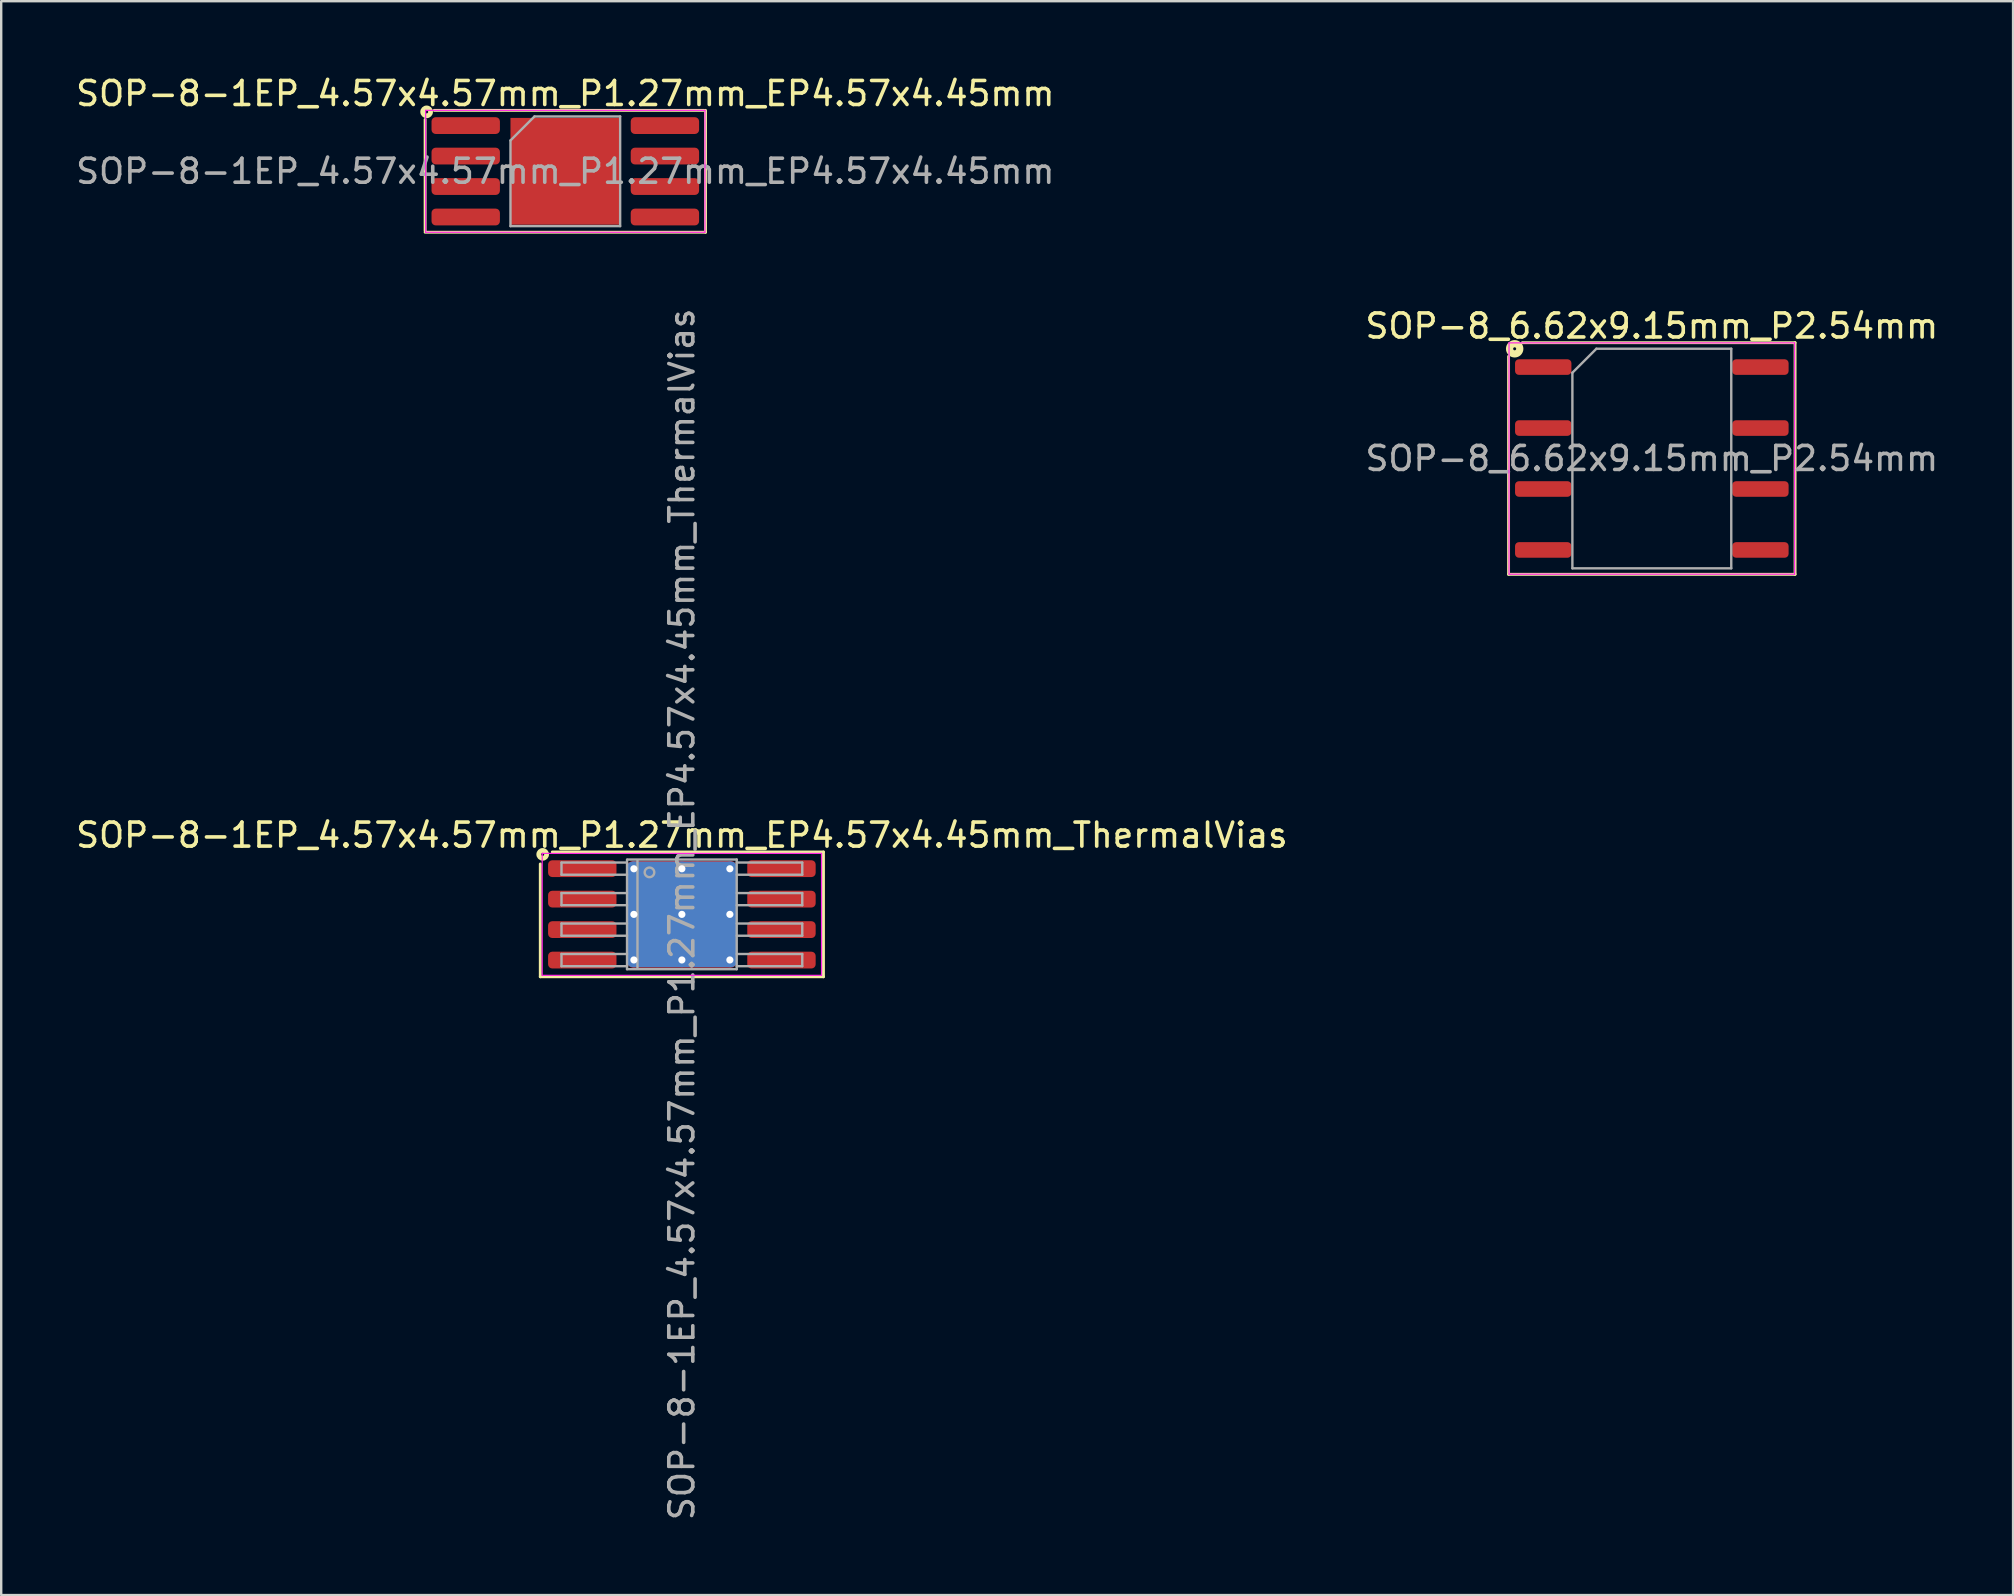
<source format=kicad_pcb>
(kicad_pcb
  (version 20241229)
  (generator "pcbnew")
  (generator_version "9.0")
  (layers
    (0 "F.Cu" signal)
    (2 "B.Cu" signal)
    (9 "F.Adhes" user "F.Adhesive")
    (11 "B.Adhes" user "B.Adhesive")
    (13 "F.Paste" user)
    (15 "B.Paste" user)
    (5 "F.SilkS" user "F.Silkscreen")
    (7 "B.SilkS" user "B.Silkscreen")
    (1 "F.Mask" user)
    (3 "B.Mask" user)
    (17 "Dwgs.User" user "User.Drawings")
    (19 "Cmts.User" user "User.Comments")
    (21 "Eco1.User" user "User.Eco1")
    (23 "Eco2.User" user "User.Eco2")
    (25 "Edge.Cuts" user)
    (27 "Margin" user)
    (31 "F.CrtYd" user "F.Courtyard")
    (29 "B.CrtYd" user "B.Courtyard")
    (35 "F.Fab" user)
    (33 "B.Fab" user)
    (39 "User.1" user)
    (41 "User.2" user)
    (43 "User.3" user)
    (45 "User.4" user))
  (footprint "SOP-8-1EP_4.57x4.57mm_P1.27mm_EP4.57x4.45mm_ThermalVias"
    (layer "F.Cu")
    (at 25.363 35.051)
    (property "Reference" "SOP-8-1EP_4.57x4.57mm_P1.27mm_EP4.57x4.45mm_ThermalVias" (at 0 -3.3 0) (layer "F.SilkS") (effects (font (size 1 1) (thickness 0.15))))
    (attr smd)
    (fp_line (start -5.9 -2.1) (end -5.9 2.6) (stroke (width 0.12) (type solid)) (layer "F.SilkS"))
    (fp_line (start -5.9 2.6) (end 5.9 2.6) (stroke (width 0.12) (type solid)) (layer "F.SilkS"))
    (fp_line (start 5.9 -2.6) (end -5.4 -2.6) (stroke (width 0.12) (type solid)) (layer "F.SilkS"))
    (fp_line (start 5.9 2.6) (end 5.9 -2.6) (stroke (width 0.12) (type solid)) (layer "F.SilkS"))
    (fp_circle (center -5.8 -2.5) (end -5.737 -2.5) (stroke (width 0.2) (type solid)) (fill no) (layer "F.SilkS"))
    (fp_line (start -5.82 -2.54) (end -5.82 2.54) (stroke (width 0.05) (type solid)) (layer "F.CrtYd"))
    (fp_line (start -5.82 2.54) (end 5.82 2.54) (stroke (width 0.05) (type solid)) (layer "F.CrtYd"))
    (fp_line (start 5.82 -2.54) (end -5.82 -2.54) (stroke (width 0.05) (type solid)) (layer "F.CrtYd"))
    (fp_line (start 5.82 2.54) (end 5.82 -2.54) (stroke (width 0.05) (type solid)) (layer "F.CrtYd"))
    (fp_line (start -5.016 -2.159) (end -5.016 -1.651) (stroke (width 0.1) (type solid)) (layer "F.Fab"))
    (fp_line (start -5.016 -2.159) (end -2.286 -2.159) (stroke (width 0.1) (type solid)) (layer "F.Fab"))
    (fp_line (start -5.016 -1.651) (end -2.286 -1.651) (stroke (width 0.1) (type solid)) (layer "F.Fab"))
    (fp_line (start -5.016 -0.889) (end -5.016 -0.381) (stroke (width 0.1) (type solid)) (layer "F.Fab"))
    (fp_line (start -5.016 -0.889) (end -2.286 -0.889) (stroke (width 0.1) (type solid)) (layer "F.Fab"))
    (fp_line (start -5.016 -0.381) (end -2.286 -0.381) (stroke (width 0.1) (type solid)) (layer "F.Fab"))
    (fp_line (start -5.016 0.381) (end -5.016 0.889) (stroke (width 0.1) (type solid)) (layer "F.Fab"))
    (fp_line (start -5.016 0.381) (end -2.286 0.381) (stroke (width 0.1) (type solid)) (layer "F.Fab"))
    (fp_line (start -5.016 0.889) (end -2.286 0.889) (stroke (width 0.1) (type solid)) (layer "F.Fab"))
    (fp_line (start -5.016 1.651) (end -5.016 2.159) (stroke (width 0.1) (type solid)) (layer "F.Fab"))
    (fp_line (start -5.016 1.651) (end -2.286 1.651) (stroke (width 0.1) (type solid)) (layer "F.Fab"))
    (fp_line (start -5.016 2.159) (end -2.286 2.159) (stroke (width 0.1) (type solid)) (layer "F.Fab"))
    (fp_line (start -2.285 2.285) (end -2.285 -2.28) (stroke (width 0.1) (type solid)) (layer "F.Fab"))
    (fp_line (start -2.27 -2.285) (end 2.285 -2.285) (stroke (width 0.1) (type solid)) (layer "F.Fab"))
    (fp_line (start -1.85 -2.25) (end -1.85 2.25) (stroke (width 0.1) (type solid)) (layer "F.Fab"))
    (fp_line (start 2.285 -2.285) (end 2.285 2.285) (stroke (width 0.1) (type solid)) (layer "F.Fab"))
    (fp_line (start 2.285 2.285) (end -2.285 2.285) (stroke (width 0.1) (type solid)) (layer "F.Fab"))
    (fp_line (start 5.016 -2.159) (end 2.286 -2.159) (stroke (width 0.1) (type solid)) (layer "F.Fab"))
    (fp_line (start 5.016 -1.651) (end 2.286 -1.651) (stroke (width 0.1) (type solid)) (layer "F.Fab"))
    (fp_line (start 5.016 -1.651) (end 5.016 -2.159) (stroke (width 0.1) (type solid)) (layer "F.Fab"))
    (fp_line (start 5.016 -0.889) (end 2.286 -0.889) (stroke (width 0.1) (type solid)) (layer "F.Fab"))
    (fp_line (start 5.016 -0.381) (end 2.286 -0.381) (stroke (width 0.1) (type solid)) (layer "F.Fab"))
    (fp_line (start 5.016 -0.381) (end 5.016 -0.889) (stroke (width 0.1) (type solid)) (layer "F.Fab"))
    (fp_line (start 5.016 0.381) (end 2.286 0.381) (stroke (width 0.1) (type solid)) (layer "F.Fab"))
    (fp_line (start 5.016 0.889) (end 2.286 0.889) (stroke (width 0.1) (type solid)) (layer "F.Fab"))
    (fp_line (start 5.016 0.889) (end 5.016 0.381) (stroke (width 0.1) (type solid)) (layer "F.Fab"))
    (fp_line (start 5.016 1.651) (end 2.286 1.651) (stroke (width 0.1) (type solid)) (layer "F.Fab"))
    (fp_line (start 5.016 2.159) (end 2.286 2.159) (stroke (width 0.1) (type solid)) (layer "F.Fab"))
    (fp_line (start 5.016 2.159) (end 5.016 1.651) (stroke (width 0.1) (type solid)) (layer "F.Fab"))
    (fp_circle (center -1.35 -1.75) (end -1.15 -1.75) (stroke (width 0.1) (type solid)) (fill no) (layer "F.Fab"))
    (fp_text user "${REFERENCE}" (at 0 0 90) (layer "F.Fab") (effects (font (size 1 1) (thickness 0.15))))
    (pad "" smd roundrect (at -1.14 -1.11) (size 1.91 1.86) (layers "F.Paste") (roundrect_rratio 0.134))
    (pad "" smd roundrect (at -1.14 1.11) (size 1.91 1.86) (layers "F.Paste") (roundrect_rratio 0.134))
    (pad "" smd roundrect (at 1.14 -1.11) (size 1.91 1.86) (layers "F.Paste") (roundrect_rratio 0.134))
    (pad "" smd roundrect (at 1.14 1.11) (size 1.91 1.86) (layers "F.Paste") (roundrect_rratio 0.134))
    (pad "1" smd roundrect (at -4.15 -1.905) (size 2.85 0.7) (layers "F.Cu" "F.Mask" "F.Paste") (roundrect_rratio 0.25))
    (pad "2" smd roundrect (at -4.15 -0.635) (size 2.85 0.7) (layers "F.Cu" "F.Mask" "F.Paste") (roundrect_rratio 0.25))
    (pad "3" smd roundrect (at -4.15 0.635) (size 2.85 0.7) (layers "F.Cu" "F.Mask" "F.Paste") (roundrect_rratio 0.25))
    (pad "4" smd roundrect (at -4.15 1.905) (size 2.85 0.7) (layers "F.Cu" "F.Mask" "F.Paste") (roundrect_rratio 0.25))
    (pad "5" smd roundrect (at 4.15 1.905) (size 2.85 0.7) (layers "F.Cu" "F.Mask" "F.Paste") (roundrect_rratio 0.25))
    (pad "6" smd roundrect (at 4.15 0.635) (size 2.85 0.7) (layers "F.Cu" "F.Mask" "F.Paste") (roundrect_rratio 0.25))
    (pad "7" smd roundrect (at 4.15 -0.635) (size 2.85 0.7) (layers "F.Cu" "F.Mask" "F.Paste") (roundrect_rratio 0.25))
    (pad "8" smd roundrect (at 4.15 -1.905) (size 2.85 0.7) (layers "F.Cu" "F.Mask" "F.Paste") (roundrect_rratio 0.25))
    (pad "9" thru_hole circle (at -2 -1.9) (size 0.6 0.6) (drill 0.3) (property pad_prop_heatsink) (layers "*.Cu"))
    (pad "9" thru_hole circle (at -2 0) (size 0.6 0.6) (drill 0.3) (property pad_prop_heatsink) (layers "*.Cu"))
    (pad "9" thru_hole circle (at -2 1.9) (size 0.6 0.6) (drill 0.3) (property pad_prop_heatsink) (layers "*.Cu"))
    (pad "9" thru_hole circle (at 0 -1.9) (size 0.6 0.6) (drill 0.3) (property pad_prop_heatsink) (layers "*.Cu"))
    (pad "9" thru_hole circle (at 0 0) (size 0.6 0.6) (drill 0.3) (property pad_prop_heatsink) (layers "*.Cu"))
    (pad "9" smd roundrect (at 0 0) (size 4.57 4.45) (layers "F.Cu" "F.Mask") (roundrect_rratio 0.056))
    (pad "9" smd roundrect (at 0 0) (size 4.6 4.4) (layers "B.Cu" "B.Mask") (roundrect_rratio 0.057))
    (pad "9" thru_hole circle (at 0 1.9) (size 0.6 0.6) (drill 0.3) (property pad_prop_heatsink) (layers "*.Cu"))
    (pad "9" thru_hole circle (at 2 -1.9) (size 0.6 0.6) (drill 0.3) (property pad_prop_heatsink) (layers "*.Cu"))
    (pad "9" thru_hole circle (at 2 0) (size 0.6 0.6) (drill 0.3) (property pad_prop_heatsink) (layers "*.Cu"))
    (pad "9" thru_hole circle (at 2 1.9) (size 0.6 0.6) (drill 0.3) (property pad_prop_heatsink) (layers "*.Cu")))
  (footprint "SOP-8_6.62x9.15mm_P2.54mm"
    (layer "F.Cu")
    (at 65.78 16.056)
    (property "Reference" "SOP-8_6.62x9.15mm_P2.54mm" (at 0 -5.52 0) (layer "F.SilkS") (effects (font (size 1 1) (thickness 0.15))))
    (attr smd)
    (fp_line (start -5.969 -4.255) (end -5.969 4.826) (stroke (width 0.12) (type solid)) (layer "F.SilkS"))
    (fp_line (start -5.969 4.826) (end 5.969 4.826) (stroke (width 0.12) (type solid)) (layer "F.SilkS"))
    (fp_line (start 5.969 -4.826) (end -5.397 -4.826) (stroke (width 0.12) (type solid)) (layer "F.SilkS"))
    (fp_line (start 5.969 4.826) (end 5.969 -4.826) (stroke (width 0.12) (type solid)) (layer "F.SilkS"))
    (fp_circle (center -5.715 -4.572) (end -5.652 -4.572) (stroke (width 0.3) (type solid)) (fill no) (layer "F.SilkS"))
    (fp_line (start -5.95 -4.82) (end -5.95 4.82) (stroke (width 0.05) (type solid)) (layer "F.CrtYd"))
    (fp_line (start -5.95 4.82) (end 5.95 4.82) (stroke (width 0.05) (type solid)) (layer "F.CrtYd"))
    (fp_line (start 5.95 -4.82) (end -5.95 -4.82) (stroke (width 0.05) (type solid)) (layer "F.CrtYd"))
    (fp_line (start 5.95 4.82) (end 5.95 -4.82) (stroke (width 0.05) (type solid)) (layer "F.CrtYd"))
    (fp_line (start -3.31 -3.575) (end -2.31 -4.575) (stroke (width 0.1) (type solid)) (layer "F.Fab"))
    (fp_line (start -3.31 4.575) (end -3.31 -3.575) (stroke (width 0.1) (type solid)) (layer "F.Fab"))
    (fp_line (start -2.31 -4.575) (end 3.31 -4.575) (stroke (width 0.1) (type solid)) (layer "F.Fab"))
    (fp_line (start 3.31 -4.575) (end 3.31 4.575) (stroke (width 0.1) (type solid)) (layer "F.Fab"))
    (fp_line (start 3.31 4.575) (end -3.31 4.575) (stroke (width 0.1) (type solid)) (layer "F.Fab"))
    (fp_text user "${REFERENCE}" (at 0 0 0) (layer "F.Fab") (effects (font (size 1 1) (thickness 0.15))))
    (pad "1" smd roundrect (at -4.525 -3.81) (size 2.35 0.65) (layers "F.Cu" "F.Mask" "F.Paste") (roundrect_rratio 0.25))
    (pad "2" smd roundrect (at -4.525 -1.27) (size 2.35 0.65) (layers "F.Cu" "F.Mask" "F.Paste") (roundrect_rratio 0.25))
    (pad "3" smd roundrect (at -4.525 1.27) (size 2.35 0.65) (layers "F.Cu" "F.Mask" "F.Paste") (roundrect_rratio 0.25))
    (pad "4" smd roundrect (at -4.525 3.81) (size 2.35 0.65) (layers "F.Cu" "F.Mask" "F.Paste") (roundrect_rratio 0.25))
    (pad "5" smd roundrect (at 4.525 3.81) (size 2.35 0.65) (layers "F.Cu" "F.Mask" "F.Paste") (roundrect_rratio 0.25))
    (pad "6" smd roundrect (at 4.525 1.27) (size 2.35 0.65) (layers "F.Cu" "F.Mask" "F.Paste") (roundrect_rratio 0.25))
    (pad "7" smd roundrect (at 4.525 -1.27) (size 2.35 0.65) (layers "F.Cu" "F.Mask" "F.Paste") (roundrect_rratio 0.25))
    (pad "8" smd roundrect (at 4.525 -3.81) (size 2.35 0.65) (layers "F.Cu" "F.Mask" "F.Paste") (roundrect_rratio 0.25)))
  (footprint "SOP-8-1EP_4.57x4.57mm_P1.27mm_EP4.57x4.45mm"
    (layer "F.Cu")
    (at 20.506 4.088)
    (property "Reference" "SOP-8-1EP_4.57x4.57mm_P1.27mm_EP4.57x4.45mm" (at 0 -3.24 0) (layer "F.SilkS") (effects (font (size 1 1) (thickness 0.15))))
    (attr smd)
    (fp_line (start -5.842 -2.159) (end -5.842 2.477) (stroke (width 0.12) (type solid)) (layer "F.SilkS"))
    (fp_line (start -5.842 2.54) (end 5.842 2.54) (stroke (width 0.12) (type solid)) (layer "F.SilkS"))
    (fp_line (start 5.779 -2.54) (end -5.461 -2.54) (stroke (width 0.12) (type solid)) (layer "F.SilkS"))
    (fp_line (start 5.842 2.54) (end 5.842 -2.54) (stroke (width 0.12) (type solid)) (layer "F.SilkS"))
    (fp_circle (center -5.779 -2.477) (end -5.715 -2.477) (stroke (width 0.2) (type solid)) (fill no) (layer "F.SilkS"))
    (fp_line (start -5.82 -2.54) (end -5.82 2.54) (stroke (width 0.05) (type solid)) (layer "F.CrtYd"))
    (fp_line (start -5.82 2.54) (end 5.82 2.54) (stroke (width 0.05) (type solid)) (layer "F.CrtYd"))
    (fp_line (start 5.82 -2.54) (end -5.82 -2.54) (stroke (width 0.05) (type solid)) (layer "F.CrtYd"))
    (fp_line (start 5.82 2.54) (end 5.82 -2.54) (stroke (width 0.05) (type solid)) (layer "F.CrtYd"))
    (fp_line (start -2.285 -1.285) (end -1.285 -2.285) (stroke (width 0.1) (type solid)) (layer "F.Fab"))
    (fp_line (start -2.285 2.285) (end -2.285 -1.285) (stroke (width 0.1) (type solid)) (layer "F.Fab"))
    (fp_line (start -1.285 -2.285) (end 2.285 -2.285) (stroke (width 0.1) (type solid)) (layer "F.Fab"))
    (fp_line (start 2.285 -2.285) (end 2.285 2.285) (stroke (width 0.1) (type solid)) (layer "F.Fab"))
    (fp_line (start 2.285 2.285) (end -2.285 2.285) (stroke (width 0.1) (type solid)) (layer "F.Fab"))
    (fp_text user "${REFERENCE}" (at 0 0 0) (layer "F.Fab") (effects (font (size 1 1) (thickness 0.15))))
    (pad "" smd roundrect (at -1.14 -1.11) (size 1.84 1.79) (layers "F.Paste") (roundrect_rratio 0.14))
    (pad "" smd roundrect (at -1.14 1.11) (size 1.84 1.79) (layers "F.Paste") (roundrect_rratio 0.14))
    (pad "" smd roundrect (at 1.14 -1.11) (size 1.84 1.79) (layers "F.Paste") (roundrect_rratio 0.14))
    (pad "" smd roundrect (at 1.14 1.11) (size 1.84 1.79) (layers "F.Paste") (roundrect_rratio 0.14))
    (pad "1" smd roundrect (at -4.15 -1.905) (size 2.85 0.7) (layers "F.Cu" "F.Mask" "F.Paste") (roundrect_rratio 0.25))
    (pad "2" smd roundrect (at -4.15 -0.635) (size 2.85 0.7) (layers "F.Cu" "F.Mask" "F.Paste") (roundrect_rratio 0.25))
    (pad "3" smd roundrect (at -4.15 0.635) (size 2.85 0.7) (layers "F.Cu" "F.Mask" "F.Paste") (roundrect_rratio 0.25))
    (pad "4" smd roundrect (at -4.15 1.905) (size 2.85 0.7) (layers "F.Cu" "F.Mask" "F.Paste") (roundrect_rratio 0.25))
    (pad "5" smd roundrect (at 4.15 1.905) (size 2.85 0.7) (layers "F.Cu" "F.Mask" "F.Paste") (roundrect_rratio 0.25))
    (pad "6" smd roundrect (at 4.15 0.635) (size 2.85 0.7) (layers "F.Cu" "F.Mask" "F.Paste") (roundrect_rratio 0.25))
    (pad "7" smd roundrect (at 4.15 -0.635) (size 2.85 0.7) (layers "F.Cu" "F.Mask" "F.Paste") (roundrect_rratio 0.25))
    (pad "8" smd roundrect (at 4.15 -1.905) (size 2.85 0.7) (layers "F.Cu" "F.Mask" "F.Paste") (roundrect_rratio 0.25))
    (pad "9" smd rect (at 0 0) (size 4.57 4.45) (layers "F.Cu" "F.Mask")))
  (gr_rect
    (start -3 -3)
    (end 80.833 63.414)
    (stroke (width 0.1) (type default))
    (fill no)
    (layer "Edge.Cuts")))
</source>
